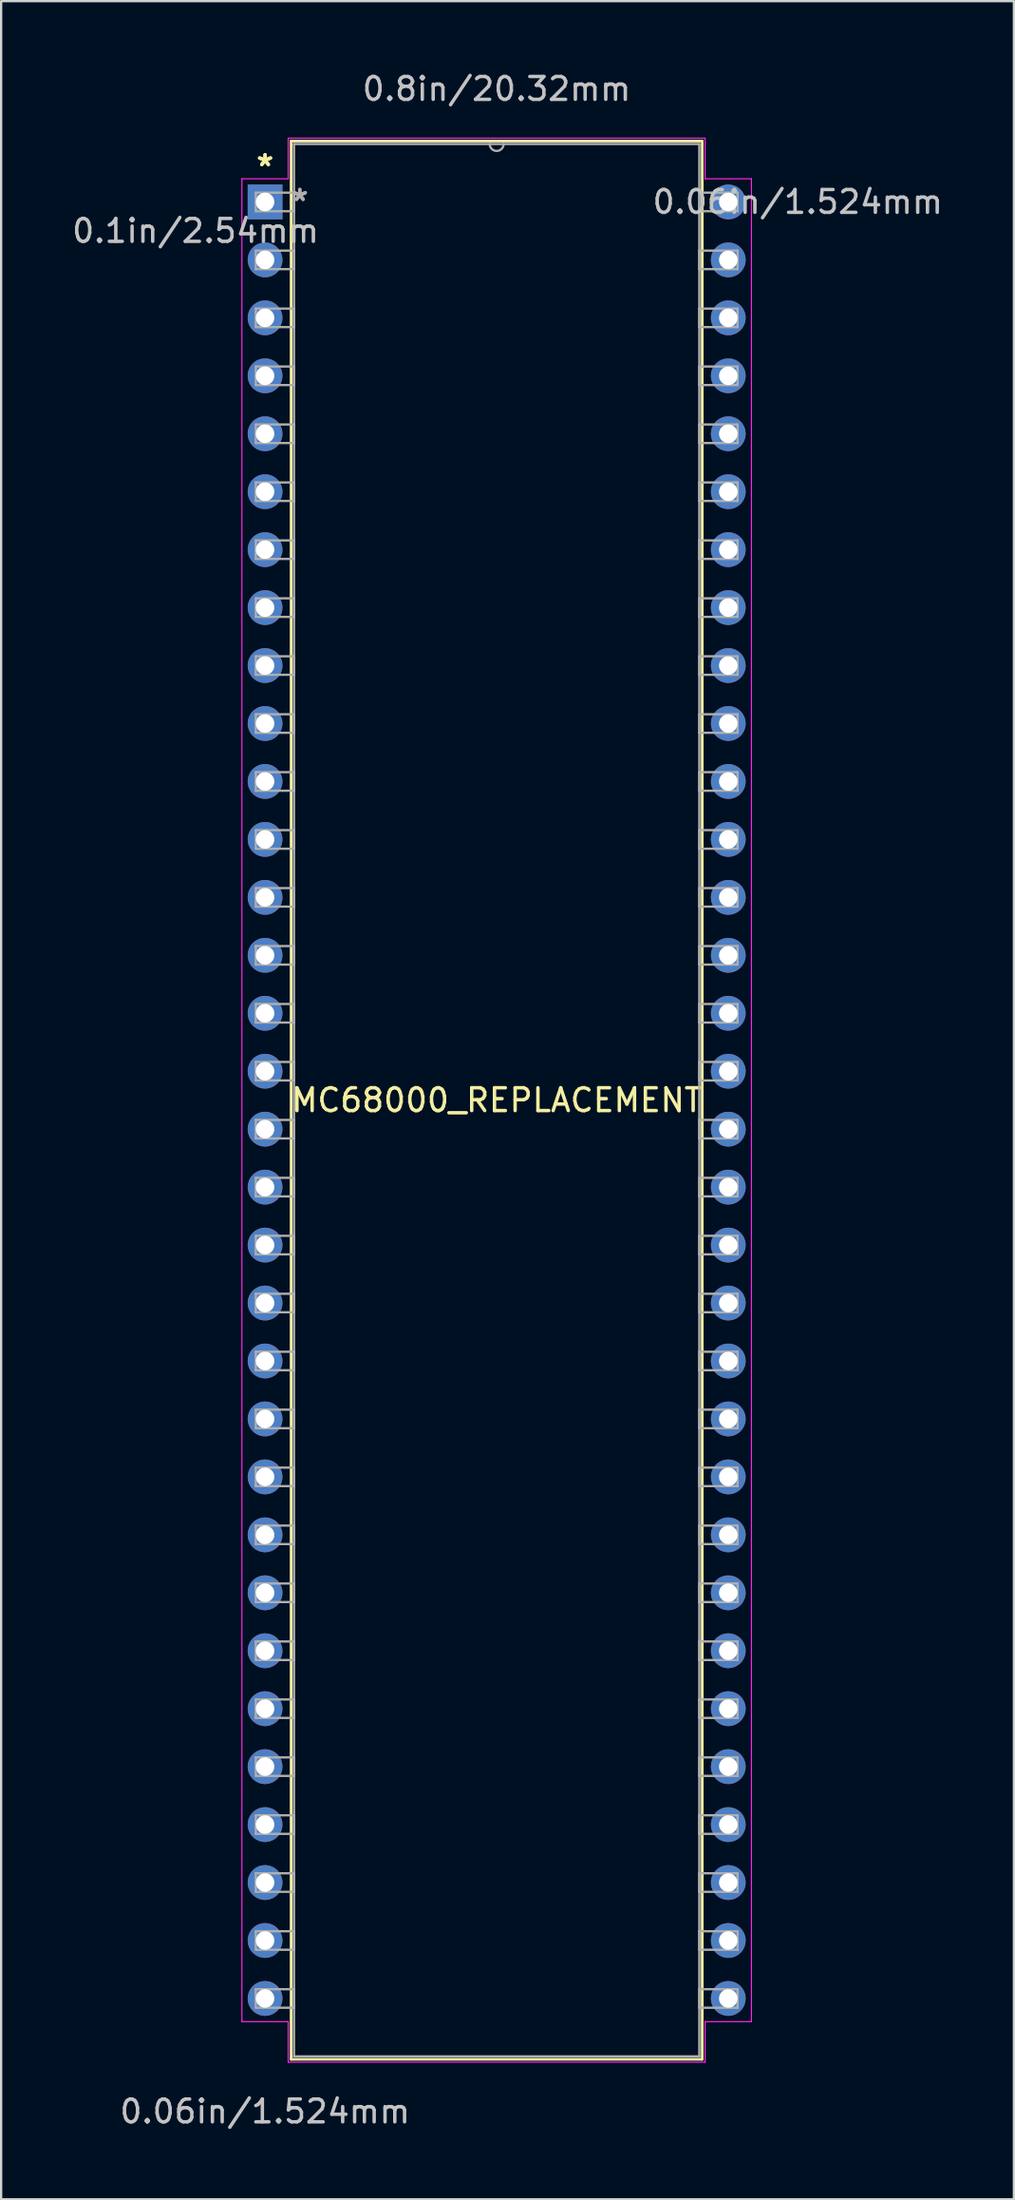
<source format=kicad_pcb>
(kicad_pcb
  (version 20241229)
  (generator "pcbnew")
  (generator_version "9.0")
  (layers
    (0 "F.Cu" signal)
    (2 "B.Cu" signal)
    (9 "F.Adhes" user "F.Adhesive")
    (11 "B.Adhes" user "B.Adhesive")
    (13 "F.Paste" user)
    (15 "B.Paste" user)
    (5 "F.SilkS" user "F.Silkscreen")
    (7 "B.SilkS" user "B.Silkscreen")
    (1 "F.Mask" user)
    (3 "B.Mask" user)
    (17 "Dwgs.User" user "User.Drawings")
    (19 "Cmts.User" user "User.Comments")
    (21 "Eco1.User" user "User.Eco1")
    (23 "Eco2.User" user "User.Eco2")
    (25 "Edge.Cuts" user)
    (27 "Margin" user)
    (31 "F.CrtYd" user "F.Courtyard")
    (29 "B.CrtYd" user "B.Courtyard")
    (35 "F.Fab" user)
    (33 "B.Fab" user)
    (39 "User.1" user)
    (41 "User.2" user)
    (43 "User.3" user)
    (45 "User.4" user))
  (footprint "MC68000_REPLACEMENT"
    (layer "F.Cu")
    (at 8.578 5.801)
    (property "Reference" "MC68000_REPLACEMENT" (at 10.16 39.37 0) (layer "F.SilkS") (effects (font (size 1 1) (thickness 0.15))))
    (attr through_hole)
    (fp_line (start 1.143 -2.667) (end 1.143 81.407) (stroke (width 0.12) (type solid)) (layer "F.SilkS"))
    (fp_line (start 1.143 81.407) (end 19.177 81.407) (stroke (width 0.12) (type solid)) (layer "F.SilkS"))
    (fp_line (start 19.177 -2.667) (end 1.143 -2.667) (stroke (width 0.12) (type solid)) (layer "F.SilkS"))
    (fp_line (start 19.177 81.407) (end 19.177 -2.667) (stroke (width 0.12) (type solid)) (layer "F.SilkS"))
    (fp_line (start -1.016 -1.016) (end -1.016 79.756) (stroke (width 0.05) (type solid)) (layer "F.CrtYd"))
    (fp_line (start -1.016 79.756) (end 1.016 79.756) (stroke (width 0.05) (type solid)) (layer "F.CrtYd"))
    (fp_line (start 1.016 -2.794) (end 1.016 -1.016) (stroke (width 0.05) (type solid)) (layer "F.CrtYd"))
    (fp_line (start 1.016 -1.016) (end -1.016 -1.016) (stroke (width 0.05) (type solid)) (layer "F.CrtYd"))
    (fp_line (start 1.016 79.756) (end 1.016 81.534) (stroke (width 0.05) (type solid)) (layer "F.CrtYd"))
    (fp_line (start 1.016 81.534) (end 19.304 81.534) (stroke (width 0.05) (type solid)) (layer "F.CrtYd"))
    (fp_line (start 19.304 -2.794) (end 1.016 -2.794) (stroke (width 0.05) (type solid)) (layer "F.CrtYd"))
    (fp_line (start 19.304 -1.016) (end 19.304 -2.794) (stroke (width 0.05) (type solid)) (layer "F.CrtYd"))
    (fp_line (start 19.304 79.756) (end 21.336 79.756) (stroke (width 0.05) (type solid)) (layer "F.CrtYd"))
    (fp_line (start 19.304 81.534) (end 19.304 79.756) (stroke (width 0.05) (type solid)) (layer "F.CrtYd"))
    (fp_line (start 21.336 -1.016) (end 19.304 -1.016) (stroke (width 0.05) (type solid)) (layer "F.CrtYd"))
    (fp_line (start 21.336 79.756) (end 21.336 -1.016) (stroke (width 0.05) (type solid)) (layer "F.CrtYd"))
    (fp_line (start -0.406 -0.406) (end -0.406 0.406) (stroke (width 0.1) (type solid)) (layer "F.Fab"))
    (fp_line (start -0.406 0.406) (end 1.27 0.406) (stroke (width 0.1) (type solid)) (layer "F.Fab"))
    (fp_line (start -0.406 2.134) (end -0.406 2.946) (stroke (width 0.1) (type solid)) (layer "F.Fab"))
    (fp_line (start -0.406 2.946) (end 1.27 2.946) (stroke (width 0.1) (type solid)) (layer "F.Fab"))
    (fp_line (start -0.406 4.674) (end -0.406 5.486) (stroke (width 0.1) (type solid)) (layer "F.Fab"))
    (fp_line (start -0.406 5.486) (end 1.27 5.486) (stroke (width 0.1) (type solid)) (layer "F.Fab"))
    (fp_line (start -0.406 7.214) (end -0.406 8.026) (stroke (width 0.1) (type solid)) (layer "F.Fab"))
    (fp_line (start -0.406 8.026) (end 1.27 8.026) (stroke (width 0.1) (type solid)) (layer "F.Fab"))
    (fp_line (start -0.406 9.754) (end -0.406 10.566) (stroke (width 0.1) (type solid)) (layer "F.Fab"))
    (fp_line (start -0.406 10.566) (end 1.27 10.566) (stroke (width 0.1) (type solid)) (layer "F.Fab"))
    (fp_line (start -0.406 12.294) (end -0.406 13.106) (stroke (width 0.1) (type solid)) (layer "F.Fab"))
    (fp_line (start -0.406 13.106) (end 1.27 13.106) (stroke (width 0.1) (type solid)) (layer "F.Fab"))
    (fp_line (start -0.406 14.834) (end -0.406 15.646) (stroke (width 0.1) (type solid)) (layer "F.Fab"))
    (fp_line (start -0.406 15.646) (end 1.27 15.646) (stroke (width 0.1) (type solid)) (layer "F.Fab"))
    (fp_line (start -0.406 17.374) (end -0.406 18.186) (stroke (width 0.1) (type solid)) (layer "F.Fab"))
    (fp_line (start -0.406 18.186) (end 1.27 18.186) (stroke (width 0.1) (type solid)) (layer "F.Fab"))
    (fp_line (start -0.406 19.914) (end -0.406 20.726) (stroke (width 0.1) (type solid)) (layer "F.Fab"))
    (fp_line (start -0.406 20.726) (end 1.27 20.726) (stroke (width 0.1) (type solid)) (layer "F.Fab"))
    (fp_line (start -0.406 22.454) (end -0.406 23.266) (stroke (width 0.1) (type solid)) (layer "F.Fab"))
    (fp_line (start -0.406 23.266) (end 1.27 23.266) (stroke (width 0.1) (type solid)) (layer "F.Fab"))
    (fp_line (start -0.406 24.994) (end -0.406 25.806) (stroke (width 0.1) (type solid)) (layer "F.Fab"))
    (fp_line (start -0.406 25.806) (end 1.27 25.806) (stroke (width 0.1) (type solid)) (layer "F.Fab"))
    (fp_line (start -0.406 27.534) (end -0.406 28.346) (stroke (width 0.1) (type solid)) (layer "F.Fab"))
    (fp_line (start -0.406 28.346) (end 1.27 28.346) (stroke (width 0.1) (type solid)) (layer "F.Fab"))
    (fp_line (start -0.406 30.074) (end -0.406 30.886) (stroke (width 0.1) (type solid)) (layer "F.Fab"))
    (fp_line (start -0.406 30.886) (end 1.27 30.886) (stroke (width 0.1) (type solid)) (layer "F.Fab"))
    (fp_line (start -0.406 32.614) (end -0.406 33.426) (stroke (width 0.1) (type solid)) (layer "F.Fab"))
    (fp_line (start -0.406 33.426) (end 1.27 33.426) (stroke (width 0.1) (type solid)) (layer "F.Fab"))
    (fp_line (start -0.406 35.154) (end -0.406 35.966) (stroke (width 0.1) (type solid)) (layer "F.Fab"))
    (fp_line (start -0.406 35.966) (end 1.27 35.966) (stroke (width 0.1) (type solid)) (layer "F.Fab"))
    (fp_line (start -0.406 37.694) (end -0.406 38.506) (stroke (width 0.1) (type solid)) (layer "F.Fab"))
    (fp_line (start -0.406 38.506) (end 1.27 38.506) (stroke (width 0.1) (type solid)) (layer "F.Fab"))
    (fp_line (start -0.406 40.234) (end -0.406 41.046) (stroke (width 0.1) (type solid)) (layer "F.Fab"))
    (fp_line (start -0.406 41.046) (end 1.27 41.046) (stroke (width 0.1) (type solid)) (layer "F.Fab"))
    (fp_line (start -0.406 42.774) (end -0.406 43.586) (stroke (width 0.1) (type solid)) (layer "F.Fab"))
    (fp_line (start -0.406 43.586) (end 1.27 43.586) (stroke (width 0.1) (type solid)) (layer "F.Fab"))
    (fp_line (start -0.406 45.314) (end -0.406 46.126) (stroke (width 0.1) (type solid)) (layer "F.Fab"))
    (fp_line (start -0.406 46.126) (end 1.27 46.126) (stroke (width 0.1) (type solid)) (layer "F.Fab"))
    (fp_line (start -0.406 47.854) (end -0.406 48.666) (stroke (width 0.1) (type solid)) (layer "F.Fab"))
    (fp_line (start -0.406 48.666) (end 1.27 48.666) (stroke (width 0.1) (type solid)) (layer "F.Fab"))
    (fp_line (start -0.406 50.394) (end -0.406 51.206) (stroke (width 0.1) (type solid)) (layer "F.Fab"))
    (fp_line (start -0.406 51.206) (end 1.27 51.206) (stroke (width 0.1) (type solid)) (layer "F.Fab"))
    (fp_line (start -0.406 52.934) (end -0.406 53.746) (stroke (width 0.1) (type solid)) (layer "F.Fab"))
    (fp_line (start -0.406 53.746) (end 1.27 53.746) (stroke (width 0.1) (type solid)) (layer "F.Fab"))
    (fp_line (start -0.406 55.474) (end -0.406 56.286) (stroke (width 0.1) (type solid)) (layer "F.Fab"))
    (fp_line (start -0.406 56.286) (end 1.27 56.286) (stroke (width 0.1) (type solid)) (layer "F.Fab"))
    (fp_line (start -0.406 58.014) (end -0.406 58.826) (stroke (width 0.1) (type solid)) (layer "F.Fab"))
    (fp_line (start -0.406 58.826) (end 1.27 58.826) (stroke (width 0.1) (type solid)) (layer "F.Fab"))
    (fp_line (start -0.406 60.554) (end -0.406 61.366) (stroke (width 0.1) (type solid)) (layer "F.Fab"))
    (fp_line (start -0.406 61.366) (end 1.27 61.366) (stroke (width 0.1) (type solid)) (layer "F.Fab"))
    (fp_line (start -0.406 63.094) (end -0.406 63.906) (stroke (width 0.1) (type solid)) (layer "F.Fab"))
    (fp_line (start -0.406 63.906) (end 1.27 63.906) (stroke (width 0.1) (type solid)) (layer "F.Fab"))
    (fp_line (start -0.406 65.634) (end -0.406 66.446) (stroke (width 0.1) (type solid)) (layer "F.Fab"))
    (fp_line (start -0.406 66.446) (end 1.27 66.446) (stroke (width 0.1) (type solid)) (layer "F.Fab"))
    (fp_line (start -0.406 68.174) (end -0.406 68.986) (stroke (width 0.1) (type solid)) (layer "F.Fab"))
    (fp_line (start -0.406 68.986) (end 1.27 68.986) (stroke (width 0.1) (type solid)) (layer "F.Fab"))
    (fp_line (start -0.406 70.714) (end -0.406 71.526) (stroke (width 0.1) (type solid)) (layer "F.Fab"))
    (fp_line (start -0.406 71.526) (end 1.27 71.526) (stroke (width 0.1) (type solid)) (layer "F.Fab"))
    (fp_line (start -0.406 73.254) (end -0.406 74.066) (stroke (width 0.1) (type solid)) (layer "F.Fab"))
    (fp_line (start -0.406 74.066) (end 1.27 74.066) (stroke (width 0.1) (type solid)) (layer "F.Fab"))
    (fp_line (start -0.406 75.794) (end -0.406 76.606) (stroke (width 0.1) (type solid)) (layer "F.Fab"))
    (fp_line (start -0.406 76.606) (end 1.27 76.606) (stroke (width 0.1) (type solid)) (layer "F.Fab"))
    (fp_line (start -0.406 78.334) (end -0.406 79.146) (stroke (width 0.1) (type solid)) (layer "F.Fab"))
    (fp_line (start -0.406 79.146) (end 1.27 79.146) (stroke (width 0.1) (type solid)) (layer "F.Fab"))
    (fp_line (start 1.27 -2.54) (end 1.27 81.28) (stroke (width 0.1) (type solid)) (layer "F.Fab"))
    (fp_line (start 1.27 -0.406) (end -0.406 -0.406) (stroke (width 0.1) (type solid)) (layer "F.Fab"))
    (fp_line (start 1.27 0.406) (end 1.27 -0.406) (stroke (width 0.1) (type solid)) (layer "F.Fab"))
    (fp_line (start 1.27 2.134) (end -0.406 2.134) (stroke (width 0.1) (type solid)) (layer "F.Fab"))
    (fp_line (start 1.27 2.946) (end 1.27 2.134) (stroke (width 0.1) (type solid)) (layer "F.Fab"))
    (fp_line (start 1.27 4.674) (end -0.406 4.674) (stroke (width 0.1) (type solid)) (layer "F.Fab"))
    (fp_line (start 1.27 5.486) (end 1.27 4.674) (stroke (width 0.1) (type solid)) (layer "F.Fab"))
    (fp_line (start 1.27 7.214) (end -0.406 7.214) (stroke (width 0.1) (type solid)) (layer "F.Fab"))
    (fp_line (start 1.27 8.026) (end 1.27 7.214) (stroke (width 0.1) (type solid)) (layer "F.Fab"))
    (fp_line (start 1.27 9.754) (end -0.406 9.754) (stroke (width 0.1) (type solid)) (layer "F.Fab"))
    (fp_line (start 1.27 10.566) (end 1.27 9.754) (stroke (width 0.1) (type solid)) (layer "F.Fab"))
    (fp_line (start 1.27 12.294) (end -0.406 12.294) (stroke (width 0.1) (type solid)) (layer "F.Fab"))
    (fp_line (start 1.27 13.106) (end 1.27 12.294) (stroke (width 0.1) (type solid)) (layer "F.Fab"))
    (fp_line (start 1.27 14.834) (end -0.406 14.834) (stroke (width 0.1) (type solid)) (layer "F.Fab"))
    (fp_line (start 1.27 15.646) (end 1.27 14.834) (stroke (width 0.1) (type solid)) (layer "F.Fab"))
    (fp_line (start 1.27 17.374) (end -0.406 17.374) (stroke (width 0.1) (type solid)) (layer "F.Fab"))
    (fp_line (start 1.27 18.186) (end 1.27 17.374) (stroke (width 0.1) (type solid)) (layer "F.Fab"))
    (fp_line (start 1.27 19.914) (end -0.406 19.914) (stroke (width 0.1) (type solid)) (layer "F.Fab"))
    (fp_line (start 1.27 20.726) (end 1.27 19.914) (stroke (width 0.1) (type solid)) (layer "F.Fab"))
    (fp_line (start 1.27 22.454) (end -0.406 22.454) (stroke (width 0.1) (type solid)) (layer "F.Fab"))
    (fp_line (start 1.27 23.266) (end 1.27 22.454) (stroke (width 0.1) (type solid)) (layer "F.Fab"))
    (fp_line (start 1.27 24.994) (end -0.406 24.994) (stroke (width 0.1) (type solid)) (layer "F.Fab"))
    (fp_line (start 1.27 25.806) (end 1.27 24.994) (stroke (width 0.1) (type solid)) (layer "F.Fab"))
    (fp_line (start 1.27 27.534) (end -0.406 27.534) (stroke (width 0.1) (type solid)) (layer "F.Fab"))
    (fp_line (start 1.27 28.346) (end 1.27 27.534) (stroke (width 0.1) (type solid)) (layer "F.Fab"))
    (fp_line (start 1.27 30.074) (end -0.406 30.074) (stroke (width 0.1) (type solid)) (layer "F.Fab"))
    (fp_line (start 1.27 30.886) (end 1.27 30.074) (stroke (width 0.1) (type solid)) (layer "F.Fab"))
    (fp_line (start 1.27 32.614) (end -0.406 32.614) (stroke (width 0.1) (type solid)) (layer "F.Fab"))
    (fp_line (start 1.27 33.426) (end 1.27 32.614) (stroke (width 0.1) (type solid)) (layer "F.Fab"))
    (fp_line (start 1.27 35.154) (end -0.406 35.154) (stroke (width 0.1) (type solid)) (layer "F.Fab"))
    (fp_line (start 1.27 35.966) (end 1.27 35.154) (stroke (width 0.1) (type solid)) (layer "F.Fab"))
    (fp_line (start 1.27 37.694) (end -0.406 37.694) (stroke (width 0.1) (type solid)) (layer "F.Fab"))
    (fp_line (start 1.27 38.506) (end 1.27 37.694) (stroke (width 0.1) (type solid)) (layer "F.Fab"))
    (fp_line (start 1.27 40.234) (end -0.406 40.234) (stroke (width 0.1) (type solid)) (layer "F.Fab"))
    (fp_line (start 1.27 41.046) (end 1.27 40.234) (stroke (width 0.1) (type solid)) (layer "F.Fab"))
    (fp_line (start 1.27 42.774) (end -0.406 42.774) (stroke (width 0.1) (type solid)) (layer "F.Fab"))
    (fp_line (start 1.27 43.586) (end 1.27 42.774) (stroke (width 0.1) (type solid)) (layer "F.Fab"))
    (fp_line (start 1.27 45.314) (end -0.406 45.314) (stroke (width 0.1) (type solid)) (layer "F.Fab"))
    (fp_line (start 1.27 46.126) (end 1.27 45.314) (stroke (width 0.1) (type solid)) (layer "F.Fab"))
    (fp_line (start 1.27 47.854) (end -0.406 47.854) (stroke (width 0.1) (type solid)) (layer "F.Fab"))
    (fp_line (start 1.27 48.666) (end 1.27 47.854) (stroke (width 0.1) (type solid)) (layer "F.Fab"))
    (fp_line (start 1.27 50.394) (end -0.406 50.394) (stroke (width 0.1) (type solid)) (layer "F.Fab"))
    (fp_line (start 1.27 51.206) (end 1.27 50.394) (stroke (width 0.1) (type solid)) (layer "F.Fab"))
    (fp_line (start 1.27 52.934) (end -0.406 52.934) (stroke (width 0.1) (type solid)) (layer "F.Fab"))
    (fp_line (start 1.27 53.746) (end 1.27 52.934) (stroke (width 0.1) (type solid)) (layer "F.Fab"))
    (fp_line (start 1.27 55.474) (end -0.406 55.474) (stroke (width 0.1) (type solid)) (layer "F.Fab"))
    (fp_line (start 1.27 56.286) (end 1.27 55.474) (stroke (width 0.1) (type solid)) (layer "F.Fab"))
    (fp_line (start 1.27 58.014) (end -0.406 58.014) (stroke (width 0.1) (type solid)) (layer "F.Fab"))
    (fp_line (start 1.27 58.826) (end 1.27 58.014) (stroke (width 0.1) (type solid)) (layer "F.Fab"))
    (fp_line (start 1.27 60.554) (end -0.406 60.554) (stroke (width 0.1) (type solid)) (layer "F.Fab"))
    (fp_line (start 1.27 61.366) (end 1.27 60.554) (stroke (width 0.1) (type solid)) (layer "F.Fab"))
    (fp_line (start 1.27 63.094) (end -0.406 63.094) (stroke (width 0.1) (type solid)) (layer "F.Fab"))
    (fp_line (start 1.27 63.906) (end 1.27 63.094) (stroke (width 0.1) (type solid)) (layer "F.Fab"))
    (fp_line (start 1.27 65.634) (end -0.406 65.634) (stroke (width 0.1) (type solid)) (layer "F.Fab"))
    (fp_line (start 1.27 66.446) (end 1.27 65.634) (stroke (width 0.1) (type solid)) (layer "F.Fab"))
    (fp_line (start 1.27 68.174) (end -0.406 68.174) (stroke (width 0.1) (type solid)) (layer "F.Fab"))
    (fp_line (start 1.27 68.986) (end 1.27 68.174) (stroke (width 0.1) (type solid)) (layer "F.Fab"))
    (fp_line (start 1.27 70.714) (end -0.406 70.714) (stroke (width 0.1) (type solid)) (layer "F.Fab"))
    (fp_line (start 1.27 71.526) (end 1.27 70.714) (stroke (width 0.1) (type solid)) (layer "F.Fab"))
    (fp_line (start 1.27 73.254) (end -0.406 73.254) (stroke (width 0.1) (type solid)) (layer "F.Fab"))
    (fp_line (start 1.27 74.066) (end 1.27 73.254) (stroke (width 0.1) (type solid)) (layer "F.Fab"))
    (fp_line (start 1.27 75.794) (end -0.406 75.794) (stroke (width 0.1) (type solid)) (layer "F.Fab"))
    (fp_line (start 1.27 76.606) (end 1.27 75.794) (stroke (width 0.1) (type solid)) (layer "F.Fab"))
    (fp_line (start 1.27 78.334) (end -0.406 78.334) (stroke (width 0.1) (type solid)) (layer "F.Fab"))
    (fp_line (start 1.27 79.146) (end 1.27 78.334) (stroke (width 0.1) (type solid)) (layer "F.Fab"))
    (fp_line (start 1.27 81.28) (end 19.05 81.28) (stroke (width 0.1) (type solid)) (layer "F.Fab"))
    (fp_line (start 19.05 -2.54) (end 1.27 -2.54) (stroke (width 0.1) (type solid)) (layer "F.Fab"))
    (fp_line (start 19.05 -0.406) (end 19.05 0.406) (stroke (width 0.1) (type solid)) (layer "F.Fab"))
    (fp_line (start 19.05 0.406) (end 20.726 0.406) (stroke (width 0.1) (type solid)) (layer "F.Fab"))
    (fp_line (start 19.05 2.134) (end 19.05 2.946) (stroke (width 0.1) (type solid)) (layer "F.Fab"))
    (fp_line (start 19.05 2.946) (end 20.726 2.946) (stroke (width 0.1) (type solid)) (layer "F.Fab"))
    (fp_line (start 19.05 4.674) (end 19.05 5.486) (stroke (width 0.1) (type solid)) (layer "F.Fab"))
    (fp_line (start 19.05 5.486) (end 20.726 5.486) (stroke (width 0.1) (type solid)) (layer "F.Fab"))
    (fp_line (start 19.05 7.214) (end 19.05 8.026) (stroke (width 0.1) (type solid)) (layer "F.Fab"))
    (fp_line (start 19.05 8.026) (end 20.726 8.026) (stroke (width 0.1) (type solid)) (layer "F.Fab"))
    (fp_line (start 19.05 9.754) (end 19.05 10.566) (stroke (width 0.1) (type solid)) (layer "F.Fab"))
    (fp_line (start 19.05 10.566) (end 20.726 10.566) (stroke (width 0.1) (type solid)) (layer "F.Fab"))
    (fp_line (start 19.05 12.294) (end 19.05 13.106) (stroke (width 0.1) (type solid)) (layer "F.Fab"))
    (fp_line (start 19.05 13.106) (end 20.726 13.106) (stroke (width 0.1) (type solid)) (layer "F.Fab"))
    (fp_line (start 19.05 14.834) (end 19.05 15.646) (stroke (width 0.1) (type solid)) (layer "F.Fab"))
    (fp_line (start 19.05 15.646) (end 20.726 15.646) (stroke (width 0.1) (type solid)) (layer "F.Fab"))
    (fp_line (start 19.05 17.374) (end 19.05 18.186) (stroke (width 0.1) (type solid)) (layer "F.Fab"))
    (fp_line (start 19.05 18.186) (end 20.726 18.186) (stroke (width 0.1) (type solid)) (layer "F.Fab"))
    (fp_line (start 19.05 19.914) (end 19.05 20.726) (stroke (width 0.1) (type solid)) (layer "F.Fab"))
    (fp_line (start 19.05 20.726) (end 20.726 20.726) (stroke (width 0.1) (type solid)) (layer "F.Fab"))
    (fp_line (start 19.05 22.454) (end 19.05 23.266) (stroke (width 0.1) (type solid)) (layer "F.Fab"))
    (fp_line (start 19.05 23.266) (end 20.726 23.266) (stroke (width 0.1) (type solid)) (layer "F.Fab"))
    (fp_line (start 19.05 24.994) (end 19.05 25.806) (stroke (width 0.1) (type solid)) (layer "F.Fab"))
    (fp_line (start 19.05 25.806) (end 20.726 25.806) (stroke (width 0.1) (type solid)) (layer "F.Fab"))
    (fp_line (start 19.05 27.534) (end 19.05 28.346) (stroke (width 0.1) (type solid)) (layer "F.Fab"))
    (fp_line (start 19.05 28.346) (end 20.726 28.346) (stroke (width 0.1) (type solid)) (layer "F.Fab"))
    (fp_line (start 19.05 30.074) (end 19.05 30.886) (stroke (width 0.1) (type solid)) (layer "F.Fab"))
    (fp_line (start 19.05 30.886) (end 20.726 30.886) (stroke (width 0.1) (type solid)) (layer "F.Fab"))
    (fp_line (start 19.05 32.614) (end 19.05 33.426) (stroke (width 0.1) (type solid)) (layer "F.Fab"))
    (fp_line (start 19.05 33.426) (end 20.726 33.426) (stroke (width 0.1) (type solid)) (layer "F.Fab"))
    (fp_line (start 19.05 35.154) (end 19.05 35.966) (stroke (width 0.1) (type solid)) (layer "F.Fab"))
    (fp_line (start 19.05 35.966) (end 20.726 35.966) (stroke (width 0.1) (type solid)) (layer "F.Fab"))
    (fp_line (start 19.05 37.694) (end 19.05 38.506) (stroke (width 0.1) (type solid)) (layer "F.Fab"))
    (fp_line (start 19.05 38.506) (end 20.726 38.506) (stroke (width 0.1) (type solid)) (layer "F.Fab"))
    (fp_line (start 19.05 40.234) (end 19.05 41.046) (stroke (width 0.1) (type solid)) (layer "F.Fab"))
    (fp_line (start 19.05 41.046) (end 20.726 41.046) (stroke (width 0.1) (type solid)) (layer "F.Fab"))
    (fp_line (start 19.05 42.774) (end 19.05 43.586) (stroke (width 0.1) (type solid)) (layer "F.Fab"))
    (fp_line (start 19.05 43.586) (end 20.726 43.586) (stroke (width 0.1) (type solid)) (layer "F.Fab"))
    (fp_line (start 19.05 45.314) (end 19.05 46.126) (stroke (width 0.1) (type solid)) (layer "F.Fab"))
    (fp_line (start 19.05 46.126) (end 20.726 46.126) (stroke (width 0.1) (type solid)) (layer "F.Fab"))
    (fp_line (start 19.05 47.854) (end 19.05 48.666) (stroke (width 0.1) (type solid)) (layer "F.Fab"))
    (fp_line (start 19.05 48.666) (end 20.726 48.666) (stroke (width 0.1) (type solid)) (layer "F.Fab"))
    (fp_line (start 19.05 50.394) (end 19.05 51.206) (stroke (width 0.1) (type solid)) (layer "F.Fab"))
    (fp_line (start 19.05 51.206) (end 20.726 51.206) (stroke (width 0.1) (type solid)) (layer "F.Fab"))
    (fp_line (start 19.05 52.934) (end 19.05 53.746) (stroke (width 0.1) (type solid)) (layer "F.Fab"))
    (fp_line (start 19.05 53.746) (end 20.726 53.746) (stroke (width 0.1) (type solid)) (layer "F.Fab"))
    (fp_line (start 19.05 55.474) (end 19.05 56.286) (stroke (width 0.1) (type solid)) (layer "F.Fab"))
    (fp_line (start 19.05 56.286) (end 20.726 56.286) (stroke (width 0.1) (type solid)) (layer "F.Fab"))
    (fp_line (start 19.05 58.014) (end 19.05 58.826) (stroke (width 0.1) (type solid)) (layer "F.Fab"))
    (fp_line (start 19.05 58.826) (end 20.726 58.826) (stroke (width 0.1) (type solid)) (layer "F.Fab"))
    (fp_line (start 19.05 60.554) (end 19.05 61.366) (stroke (width 0.1) (type solid)) (layer "F.Fab"))
    (fp_line (start 19.05 61.366) (end 20.726 61.366) (stroke (width 0.1) (type solid)) (layer "F.Fab"))
    (fp_line (start 19.05 63.094) (end 19.05 63.906) (stroke (width 0.1) (type solid)) (layer "F.Fab"))
    (fp_line (start 19.05 63.906) (end 20.726 63.906) (stroke (width 0.1) (type solid)) (layer "F.Fab"))
    (fp_line (start 19.05 65.634) (end 19.05 66.446) (stroke (width 0.1) (type solid)) (layer "F.Fab"))
    (fp_line (start 19.05 66.446) (end 20.726 66.446) (stroke (width 0.1) (type solid)) (layer "F.Fab"))
    (fp_line (start 19.05 68.174) (end 19.05 68.986) (stroke (width 0.1) (type solid)) (layer "F.Fab"))
    (fp_line (start 19.05 68.986) (end 20.726 68.986) (stroke (width 0.1) (type solid)) (layer "F.Fab"))
    (fp_line (start 19.05 70.714) (end 19.05 71.526) (stroke (width 0.1) (type solid)) (layer "F.Fab"))
    (fp_line (start 19.05 71.526) (end 20.726 71.526) (stroke (width 0.1) (type solid)) (layer "F.Fab"))
    (fp_line (start 19.05 73.254) (end 19.05 74.066) (stroke (width 0.1) (type solid)) (layer "F.Fab"))
    (fp_line (start 19.05 74.066) (end 20.726 74.066) (stroke (width 0.1) (type solid)) (layer "F.Fab"))
    (fp_line (start 19.05 75.794) (end 19.05 76.606) (stroke (width 0.1) (type solid)) (layer "F.Fab"))
    (fp_line (start 19.05 76.606) (end 20.726 76.606) (stroke (width 0.1) (type solid)) (layer "F.Fab"))
    (fp_line (start 19.05 78.334) (end 19.05 79.146) (stroke (width 0.1) (type solid)) (layer "F.Fab"))
    (fp_line (start 19.05 79.146) (end 20.726 79.146) (stroke (width 0.1) (type solid)) (layer "F.Fab"))
    (fp_line (start 19.05 81.28) (end 19.05 -2.54) (stroke (width 0.1) (type solid)) (layer "F.Fab"))
    (fp_line (start 20.726 -0.406) (end 19.05 -0.406) (stroke (width 0.1) (type solid)) (layer "F.Fab"))
    (fp_line (start 20.726 0.406) (end 20.726 -0.406) (stroke (width 0.1) (type solid)) (layer "F.Fab"))
    (fp_line (start 20.726 2.134) (end 19.05 2.134) (stroke (width 0.1) (type solid)) (layer "F.Fab"))
    (fp_line (start 20.726 2.946) (end 20.726 2.134) (stroke (width 0.1) (type solid)) (layer "F.Fab"))
    (fp_line (start 20.726 4.674) (end 19.05 4.674) (stroke (width 0.1) (type solid)) (layer "F.Fab"))
    (fp_line (start 20.726 5.486) (end 20.726 4.674) (stroke (width 0.1) (type solid)) (layer "F.Fab"))
    (fp_line (start 20.726 7.214) (end 19.05 7.214) (stroke (width 0.1) (type solid)) (layer "F.Fab"))
    (fp_line (start 20.726 8.026) (end 20.726 7.214) (stroke (width 0.1) (type solid)) (layer "F.Fab"))
    (fp_line (start 20.726 9.754) (end 19.05 9.754) (stroke (width 0.1) (type solid)) (layer "F.Fab"))
    (fp_line (start 20.726 10.566) (end 20.726 9.754) (stroke (width 0.1) (type solid)) (layer "F.Fab"))
    (fp_line (start 20.726 12.294) (end 19.05 12.294) (stroke (width 0.1) (type solid)) (layer "F.Fab"))
    (fp_line (start 20.726 13.106) (end 20.726 12.294) (stroke (width 0.1) (type solid)) (layer "F.Fab"))
    (fp_line (start 20.726 14.834) (end 19.05 14.834) (stroke (width 0.1) (type solid)) (layer "F.Fab"))
    (fp_line (start 20.726 15.646) (end 20.726 14.834) (stroke (width 0.1) (type solid)) (layer "F.Fab"))
    (fp_line (start 20.726 17.374) (end 19.05 17.374) (stroke (width 0.1) (type solid)) (layer "F.Fab"))
    (fp_line (start 20.726 18.186) (end 20.726 17.374) (stroke (width 0.1) (type solid)) (layer "F.Fab"))
    (fp_line (start 20.726 19.914) (end 19.05 19.914) (stroke (width 0.1) (type solid)) (layer "F.Fab"))
    (fp_line (start 20.726 20.726) (end 20.726 19.914) (stroke (width 0.1) (type solid)) (layer "F.Fab"))
    (fp_line (start 20.726 22.454) (end 19.05 22.454) (stroke (width 0.1) (type solid)) (layer "F.Fab"))
    (fp_line (start 20.726 23.266) (end 20.726 22.454) (stroke (width 0.1) (type solid)) (layer "F.Fab"))
    (fp_line (start 20.726 24.994) (end 19.05 24.994) (stroke (width 0.1) (type solid)) (layer "F.Fab"))
    (fp_line (start 20.726 25.806) (end 20.726 24.994) (stroke (width 0.1) (type solid)) (layer "F.Fab"))
    (fp_line (start 20.726 27.534) (end 19.05 27.534) (stroke (width 0.1) (type solid)) (layer "F.Fab"))
    (fp_line (start 20.726 28.346) (end 20.726 27.534) (stroke (width 0.1) (type solid)) (layer "F.Fab"))
    (fp_line (start 20.726 30.074) (end 19.05 30.074) (stroke (width 0.1) (type solid)) (layer "F.Fab"))
    (fp_line (start 20.726 30.886) (end 20.726 30.074) (stroke (width 0.1) (type solid)) (layer "F.Fab"))
    (fp_line (start 20.726 32.614) (end 19.05 32.614) (stroke (width 0.1) (type solid)) (layer "F.Fab"))
    (fp_line (start 20.726 33.426) (end 20.726 32.614) (stroke (width 0.1) (type solid)) (layer "F.Fab"))
    (fp_line (start 20.726 35.154) (end 19.05 35.154) (stroke (width 0.1) (type solid)) (layer "F.Fab"))
    (fp_line (start 20.726 35.966) (end 20.726 35.154) (stroke (width 0.1) (type solid)) (layer "F.Fab"))
    (fp_line (start 20.726 37.694) (end 19.05 37.694) (stroke (width 0.1) (type solid)) (layer "F.Fab"))
    (fp_line (start 20.726 38.506) (end 20.726 37.694) (stroke (width 0.1) (type solid)) (layer "F.Fab"))
    (fp_line (start 20.726 40.234) (end 19.05 40.234) (stroke (width 0.1) (type solid)) (layer "F.Fab"))
    (fp_line (start 20.726 41.046) (end 20.726 40.234) (stroke (width 0.1) (type solid)) (layer "F.Fab"))
    (fp_line (start 20.726 42.774) (end 19.05 42.774) (stroke (width 0.1) (type solid)) (layer "F.Fab"))
    (fp_line (start 20.726 43.586) (end 20.726 42.774) (stroke (width 0.1) (type solid)) (layer "F.Fab"))
    (fp_line (start 20.726 45.314) (end 19.05 45.314) (stroke (width 0.1) (type solid)) (layer "F.Fab"))
    (fp_line (start 20.726 46.126) (end 20.726 45.314) (stroke (width 0.1) (type solid)) (layer "F.Fab"))
    (fp_line (start 20.726 47.854) (end 19.05 47.854) (stroke (width 0.1) (type solid)) (layer "F.Fab"))
    (fp_line (start 20.726 48.666) (end 20.726 47.854) (stroke (width 0.1) (type solid)) (layer "F.Fab"))
    (fp_line (start 20.726 50.394) (end 19.05 50.394) (stroke (width 0.1) (type solid)) (layer "F.Fab"))
    (fp_line (start 20.726 51.206) (end 20.726 50.394) (stroke (width 0.1) (type solid)) (layer "F.Fab"))
    (fp_line (start 20.726 52.934) (end 19.05 52.934) (stroke (width 0.1) (type solid)) (layer "F.Fab"))
    (fp_line (start 20.726 53.746) (end 20.726 52.934) (stroke (width 0.1) (type solid)) (layer "F.Fab"))
    (fp_line (start 20.726 55.474) (end 19.05 55.474) (stroke (width 0.1) (type solid)) (layer "F.Fab"))
    (fp_line (start 20.726 56.286) (end 20.726 55.474) (stroke (width 0.1) (type solid)) (layer "F.Fab"))
    (fp_line (start 20.726 58.014) (end 19.05 58.014) (stroke (width 0.1) (type solid)) (layer "F.Fab"))
    (fp_line (start 20.726 58.826) (end 20.726 58.014) (stroke (width 0.1) (type solid)) (layer "F.Fab"))
    (fp_line (start 20.726 60.554) (end 19.05 60.554) (stroke (width 0.1) (type solid)) (layer "F.Fab"))
    (fp_line (start 20.726 61.366) (end 20.726 60.554) (stroke (width 0.1) (type solid)) (layer "F.Fab"))
    (fp_line (start 20.726 63.094) (end 19.05 63.094) (stroke (width 0.1) (type solid)) (layer "F.Fab"))
    (fp_line (start 20.726 63.906) (end 20.726 63.094) (stroke (width 0.1) (type solid)) (layer "F.Fab"))
    (fp_line (start 20.726 65.634) (end 19.05 65.634) (stroke (width 0.1) (type solid)) (layer "F.Fab"))
    (fp_line (start 20.726 66.446) (end 20.726 65.634) (stroke (width 0.1) (type solid)) (layer "F.Fab"))
    (fp_line (start 20.726 68.174) (end 19.05 68.174) (stroke (width 0.1) (type solid)) (layer "F.Fab"))
    (fp_line (start 20.726 68.986) (end 20.726 68.174) (stroke (width 0.1) (type solid)) (layer "F.Fab"))
    (fp_line (start 20.726 70.714) (end 19.05 70.714) (stroke (width 0.1) (type solid)) (layer "F.Fab"))
    (fp_line (start 20.726 71.526) (end 20.726 70.714) (stroke (width 0.1) (type solid)) (layer "F.Fab"))
    (fp_line (start 20.726 73.254) (end 19.05 73.254) (stroke (width 0.1) (type solid)) (layer "F.Fab"))
    (fp_line (start 20.726 74.066) (end 20.726 73.254) (stroke (width 0.1) (type solid)) (layer "F.Fab"))
    (fp_line (start 20.726 75.794) (end 19.05 75.794) (stroke (width 0.1) (type solid)) (layer "F.Fab"))
    (fp_line (start 20.726 76.606) (end 20.726 75.794) (stroke (width 0.1) (type solid)) (layer "F.Fab"))
    (fp_line (start 20.726 78.334) (end 19.05 78.334) (stroke (width 0.1) (type solid)) (layer "F.Fab"))
    (fp_line (start 20.726 79.146) (end 20.726 78.334) (stroke (width 0.1) (type solid)) (layer "F.Fab"))
    (fp_arc (start 10.4648 -2.54) (mid 10.16 -2.2352) (end 9.8552 -2.54) (stroke (width 0.1) (type solid)) (layer "F.Fab"))
    (fp_text user "*" (at 0 -1.524 0) (layer "F.SilkS") (effects (font (size 1 1) (thickness 0.15))))
    (fp_text user "*" (at 0 -1.524 0) (layer "F.SilkS") (effects (font (size 1 1) (thickness 0.15))))
    (fp_text user "0.06in/1.524mm" (at 23.368 0 0) (layer "Dwgs.User") (effects (font (size 1 1) (thickness 0.15))))
    (fp_text user "0.8in/20.32mm" (at 10.16 -4.953 0) (layer "Dwgs.User") (effects (font (size 1 1) (thickness 0.15))))
    (fp_text user "0.06in/1.524mm" (at 0 83.693 0) (layer "Dwgs.User") (effects (font (size 1 1) (thickness 0.15))))
    (fp_text user "0.1in/2.54mm" (at -3.048 1.27 0) (layer "Dwgs.User") (effects (font (size 1 1) (thickness 0.15))))
    (fp_text user "Copyright 2021 Accelerated Designs. All rights reserved." (at 0 0 0) (layer "Cmts.User") (effects (font (size 0.127 0.127) (thickness 0.002))))
    (fp_text user "*" (at 1.524 0 0) (layer "F.Fab") (effects (font (size 1 1) (thickness 0.15))))
    (fp_text user "*" (at 1.524 0 0) (layer "F.Fab") (effects (font (size 1 1) (thickness 0.15))))
    (pad "1" thru_hole rect (at 0 0) (size 1.524 1.524) (drill 0.813) (layers "*.Cu" "*.Mask"))
    (pad "2" thru_hole circle (at 0 2.54) (size 1.524 1.524) (drill 0.813) (layers "*.Cu" "*.Mask"))
    (pad "3" thru_hole circle (at 0 5.08) (size 1.524 1.524) (drill 0.813) (layers "*.Cu" "*.Mask"))
    (pad "4" thru_hole circle (at 0 7.62) (size 1.524 1.524) (drill 0.813) (layers "*.Cu" "*.Mask"))
    (pad "5" thru_hole circle (at 0 10.16) (size 1.524 1.524) (drill 0.813) (layers "*.Cu" "*.Mask"))
    (pad "6" thru_hole circle (at 0 12.7) (size 1.524 1.524) (drill 0.813) (layers "*.Cu" "*.Mask"))
    (pad "7" thru_hole circle (at 0 15.24) (size 1.524 1.524) (drill 0.813) (layers "*.Cu" "*.Mask"))
    (pad "8" thru_hole circle (at 0 17.78) (size 1.524 1.524) (drill 0.813) (layers "*.Cu" "*.Mask"))
    (pad "9" thru_hole circle (at 0 20.32) (size 1.524 1.524) (drill 0.813) (layers "*.Cu" "*.Mask"))
    (pad "10" thru_hole circle (at 0 22.86) (size 1.524 1.524) (drill 0.813) (layers "*.Cu" "*.Mask"))
    (pad "11" thru_hole circle (at 0 25.4) (size 1.524 1.524) (drill 0.813) (layers "*.Cu" "*.Mask"))
    (pad "12" thru_hole circle (at 0 27.94) (size 1.524 1.524) (drill 0.813) (layers "*.Cu" "*.Mask"))
    (pad "13" thru_hole circle (at 0 30.48) (size 1.524 1.524) (drill 0.813) (layers "*.Cu" "*.Mask"))
    (pad "14" thru_hole circle (at 0 33.02) (size 1.524 1.524) (drill 0.813) (layers "*.Cu" "*.Mask"))
    (pad "15" thru_hole circle (at 0 35.56) (size 1.524 1.524) (drill 0.813) (layers "*.Cu" "*.Mask"))
    (pad "16" thru_hole circle (at 0 38.1) (size 1.524 1.524) (drill 0.813) (layers "*.Cu" "*.Mask"))
    (pad "17" thru_hole circle (at 0 40.64) (size 1.524 1.524) (drill 0.813) (layers "*.Cu" "*.Mask"))
    (pad "18" thru_hole circle (at 0 43.18) (size 1.524 1.524) (drill 0.813) (layers "*.Cu" "*.Mask"))
    (pad "19" thru_hole circle (at 0 45.72) (size 1.524 1.524) (drill 0.813) (layers "*.Cu" "*.Mask"))
    (pad "20" thru_hole circle (at 0 48.26) (size 1.524 1.524) (drill 0.813) (layers "*.Cu" "*.Mask"))
    (pad "21" thru_hole circle (at 0 50.8) (size 1.524 1.524) (drill 0.813) (layers "*.Cu" "*.Mask"))
    (pad "22" thru_hole circle (at 0 53.34) (size 1.524 1.524) (drill 0.813) (layers "*.Cu" "*.Mask"))
    (pad "23" thru_hole circle (at 0 55.88) (size 1.524 1.524) (drill 0.813) (layers "*.Cu" "*.Mask"))
    (pad "24" thru_hole circle (at 0 58.42) (size 1.524 1.524) (drill 0.813) (layers "*.Cu" "*.Mask"))
    (pad "25" thru_hole circle (at 0 60.96) (size 1.524 1.524) (drill 0.813) (layers "*.Cu" "*.Mask"))
    (pad "26" thru_hole circle (at 0 63.5) (size 1.524 1.524) (drill 0.813) (layers "*.Cu" "*.Mask"))
    (pad "27" thru_hole circle (at 0 66.04) (size 1.524 1.524) (drill 0.813) (layers "*.Cu" "*.Mask"))
    (pad "28" thru_hole circle (at 0 68.58) (size 1.524 1.524) (drill 0.813) (layers "*.Cu" "*.Mask"))
    (pad "29" thru_hole circle (at 0 71.12) (size 1.524 1.524) (drill 0.813) (layers "*.Cu" "*.Mask"))
    (pad "30" thru_hole circle (at 0 73.66) (size 1.524 1.524) (drill 0.813) (layers "*.Cu" "*.Mask"))
    (pad "31" thru_hole circle (at 0 76.2) (size 1.524 1.524) (drill 0.813) (layers "*.Cu" "*.Mask"))
    (pad "32" thru_hole circle (at 0 78.74) (size 1.524 1.524) (drill 0.813) (layers "*.Cu" "*.Mask"))
    (pad "33" thru_hole circle (at 20.32 78.74) (size 1.524 1.524) (drill 0.813) (layers "*.Cu" "*.Mask"))
    (pad "34" thru_hole circle (at 20.32 76.2) (size 1.524 1.524) (drill 0.813) (layers "*.Cu" "*.Mask"))
    (pad "35" thru_hole circle (at 20.32 73.66) (size 1.524 1.524) (drill 0.813) (layers "*.Cu" "*.Mask"))
    (pad "36" thru_hole circle (at 20.32 71.12) (size 1.524 1.524) (drill 0.813) (layers "*.Cu" "*.Mask"))
    (pad "37" thru_hole circle (at 20.32 68.58) (size 1.524 1.524) (drill 0.813) (layers "*.Cu" "*.Mask"))
    (pad "38" thru_hole circle (at 20.32 66.04) (size 1.524 1.524) (drill 0.813) (layers "*.Cu" "*.Mask"))
    (pad "39" thru_hole circle (at 20.32 63.5) (size 1.524 1.524) (drill 0.813) (layers "*.Cu" "*.Mask"))
    (pad "40" thru_hole circle (at 20.32 60.96) (size 1.524 1.524) (drill 0.813) (layers "*.Cu" "*.Mask"))
    (pad "41" thru_hole circle (at 20.32 58.42) (size 1.524 1.524) (drill 0.813) (layers "*.Cu" "*.Mask"))
    (pad "42" thru_hole circle (at 20.32 55.88) (size 1.524 1.524) (drill 0.813) (layers "*.Cu" "*.Mask"))
    (pad "43" thru_hole circle (at 20.32 53.34) (size 1.524 1.524) (drill 0.813) (layers "*.Cu" "*.Mask"))
    (pad "44" thru_hole circle (at 20.32 50.8) (size 1.524 1.524) (drill 0.813) (layers "*.Cu" "*.Mask"))
    (pad "45" thru_hole circle (at 20.32 48.26) (size 1.524 1.524) (drill 0.813) (layers "*.Cu" "*.Mask"))
    (pad "46" thru_hole circle (at 20.32 45.72) (size 1.524 1.524) (drill 0.813) (layers "*.Cu" "*.Mask"))
    (pad "47" thru_hole circle (at 20.32 43.18) (size 1.524 1.524) (drill 0.813) (layers "*.Cu" "*.Mask"))
    (pad "48" thru_hole circle (at 20.32 40.64) (size 1.524 1.524) (drill 0.813) (layers "*.Cu" "*.Mask"))
    (pad "49" thru_hole circle (at 20.32 38.1) (size 1.524 1.524) (drill 0.813) (layers "*.Cu" "*.Mask"))
    (pad "50" thru_hole circle (at 20.32 35.56) (size 1.524 1.524) (drill 0.813) (layers "*.Cu" "*.Mask"))
    (pad "51" thru_hole circle (at 20.32 33.02) (size 1.524 1.524) (drill 0.813) (layers "*.Cu" "*.Mask"))
    (pad "52" thru_hole circle (at 20.32 30.48) (size 1.524 1.524) (drill 0.813) (layers "*.Cu" "*.Mask"))
    (pad "53" thru_hole circle (at 20.32 27.94) (size 1.524 1.524) (drill 0.813) (layers "*.Cu" "*.Mask"))
    (pad "54" thru_hole circle (at 20.32 25.4) (size 1.524 1.524) (drill 0.813) (layers "*.Cu" "*.Mask"))
    (pad "55" thru_hole circle (at 20.32 22.86) (size 1.524 1.524) (drill 0.813) (layers "*.Cu" "*.Mask"))
    (pad "56" thru_hole circle (at 20.32 20.32) (size 1.524 1.524) (drill 0.813) (layers "*.Cu" "*.Mask"))
    (pad "57" thru_hole circle (at 20.32 17.78) (size 1.524 1.524) (drill 0.813) (layers "*.Cu" "*.Mask"))
    (pad "58" thru_hole circle (at 20.32 15.24) (size 1.524 1.524) (drill 0.813) (layers "*.Cu" "*.Mask"))
    (pad "59" thru_hole circle (at 20.32 12.7) (size 1.524 1.524) (drill 0.813) (layers "*.Cu" "*.Mask"))
    (pad "60" thru_hole circle (at 20.32 10.16) (size 1.524 1.524) (drill 0.813) (layers "*.Cu" "*.Mask"))
    (pad "61" thru_hole circle (at 20.32 7.62) (size 1.524 1.524) (drill 0.813) (layers "*.Cu" "*.Mask"))
    (pad "62" thru_hole circle (at 20.32 5.08) (size 1.524 1.524) (drill 0.813) (layers "*.Cu" "*.Mask"))
    (pad "63" thru_hole circle (at 20.32 2.54) (size 1.524 1.524) (drill 0.813) (layers "*.Cu" "*.Mask"))
    (pad "64" thru_hole circle (at 20.32 0) (size 1.524 1.524) (drill 0.813) (layers "*.Cu" "*.Mask")))
  (gr_rect
    (start -3 -3)
    (end 41.428 93.343)
    (stroke (width 0.1) (type default))
    (fill no)
    (layer "Edge.Cuts")))
</source>
